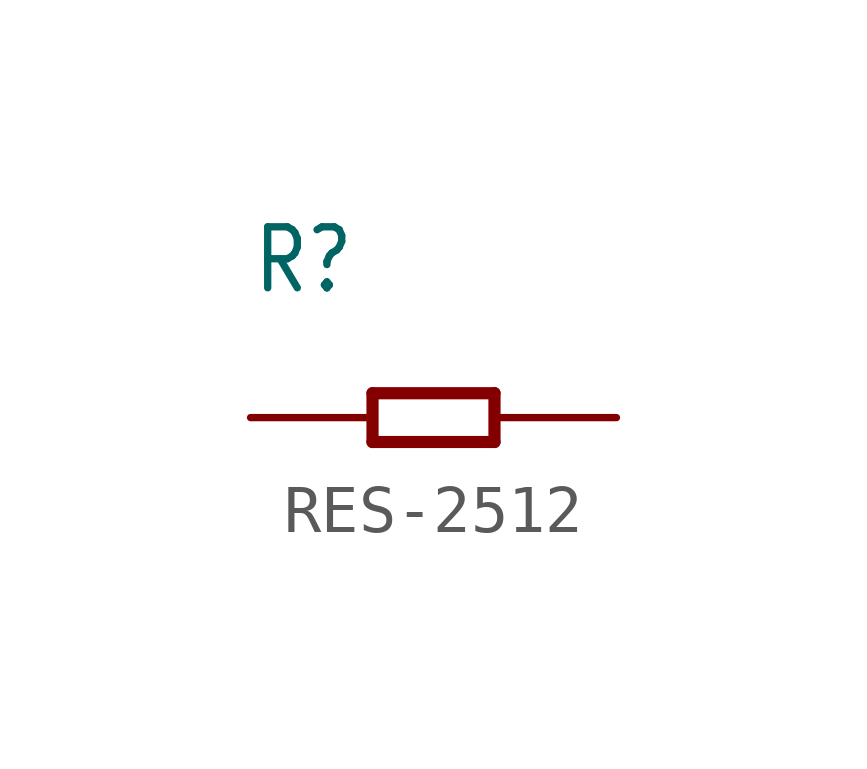
<source format=kicad_sym>
(kicad_symbol_lib
  (version 20220914)
  (generator kicad_symbol_editor)
  (symbol "RES-2512"
    (property "Reference" "R"
      (at -3.81 2.54 0)
      (effects (font (size 1.27 1.079)) (justify left bottom)))
    (property "Value" ""
      (at -3.81 1.27 0)
      (effects (font (size 1.27 1.079)) (justify left bottom)))
    (property "ki_locked" ""
      (at 0 0 0)
      (effects (font (size 1.27 1.27))))
    (symbol "RES-2512_1_0"
      (polyline (pts (xy -1.27 -0.508) (xy -1.27 0.508)) (stroke (width 0.254) (type solid)) (fill (type none)))
      (polyline (pts (xy -1.27 0.508) (xy 1.27 0.508)) (stroke (width 0.254) (type solid)) (fill (type none)))
      (polyline (pts (xy 1.27 -0.508) (xy -1.27 -0.508)) (stroke (width 0.254) (type solid)) (fill (type none)))
      (polyline (pts (xy 1.27 0.508) (xy 1.27 -0.508)) (stroke (width 0.254) (type solid)) (fill (type none)))
      (pin passive line (at -3.81 0 0) (length 2.54) (name "1" (effects (font (size 0 0)))) (number "1" (effects (font (size 0 0)))))
      (pin passive line (at 3.81 0 180) (length 2.54) (name "2" (effects (font (size 0 0)))) (number "2" (effects (font (size 0 0))))))))
</source>
